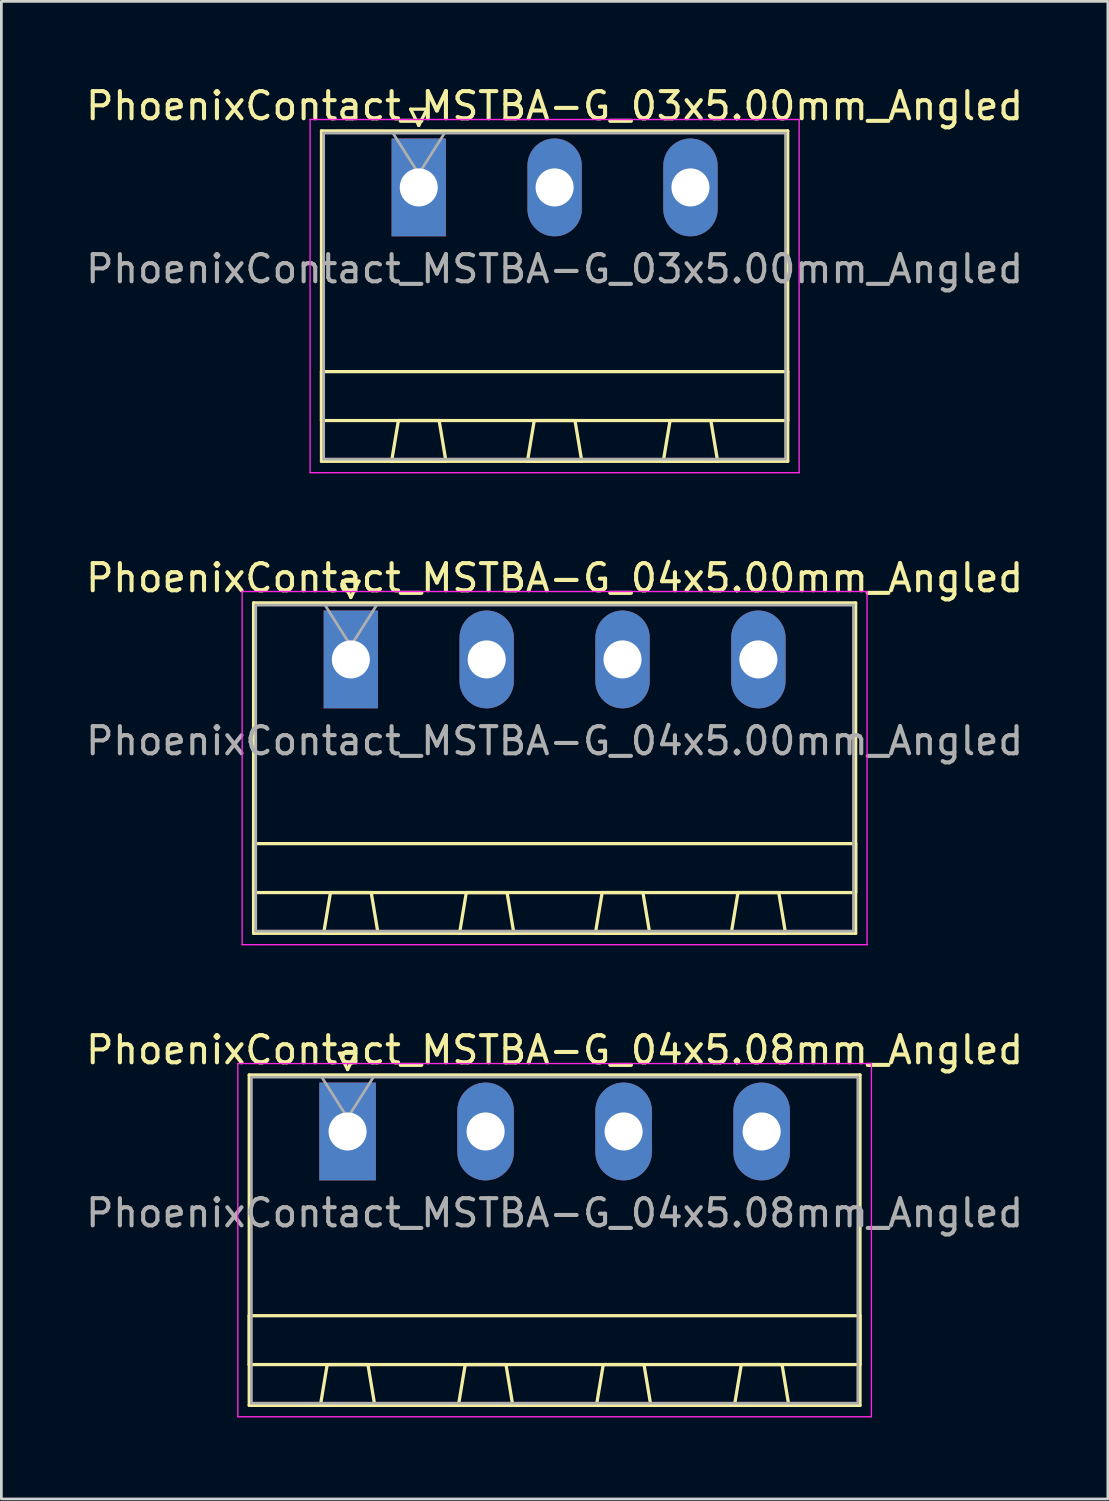
<source format=kicad_pcb>
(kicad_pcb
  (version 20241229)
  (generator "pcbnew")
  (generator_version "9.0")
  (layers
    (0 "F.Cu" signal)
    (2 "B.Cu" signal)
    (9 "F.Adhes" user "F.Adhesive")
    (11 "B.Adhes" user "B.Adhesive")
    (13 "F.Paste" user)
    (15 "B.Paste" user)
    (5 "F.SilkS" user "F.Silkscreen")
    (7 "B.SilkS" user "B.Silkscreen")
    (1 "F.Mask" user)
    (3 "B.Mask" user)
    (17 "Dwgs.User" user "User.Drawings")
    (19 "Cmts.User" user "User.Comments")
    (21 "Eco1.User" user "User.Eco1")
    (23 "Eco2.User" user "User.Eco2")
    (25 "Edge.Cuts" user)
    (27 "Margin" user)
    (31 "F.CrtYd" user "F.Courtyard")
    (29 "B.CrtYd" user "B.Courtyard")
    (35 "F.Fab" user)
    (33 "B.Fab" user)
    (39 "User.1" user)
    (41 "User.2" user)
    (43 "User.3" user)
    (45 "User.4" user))
  (footprint "PhoenixContact_MSTBA-G_03x5.00mm_Angled"
    (layer "F.Cu")
    (at 12.363 3.848)
    (property "Reference" "PhoenixContact_MSTBA-G_03x5.00mm_Angled" (at 5 -3 0) (layer "F.SilkS") (effects (font (size 1 1) (thickness 0.15))))
    (attr through_hole)
    (fp_line (start -3.58 -2.08) (end -3.58 10.08) (stroke (width 0.12) (type solid)) (layer "F.SilkS"))
    (fp_line (start -3.58 6.78) (end 13.58 6.78) (stroke (width 0.12) (type solid)) (layer "F.SilkS"))
    (fp_line (start -3.58 8.58) (end -3.58 6.78) (stroke (width 0.12) (type solid)) (layer "F.SilkS"))
    (fp_line (start -3.58 10.08) (end 13.58 10.08) (stroke (width 0.12) (type solid)) (layer "F.SilkS"))
    (fp_line (start -1 10.08) (end 1 10.08) (stroke (width 0.12) (type solid)) (layer "F.SilkS"))
    (fp_line (start -0.75 8.58) (end -1 10.08) (stroke (width 0.12) (type solid)) (layer "F.SilkS"))
    (fp_line (start -0.3 -2.88) (end 0.3 -2.88) (stroke (width 0.12) (type solid)) (layer "F.SilkS"))
    (fp_line (start 0 -2.28) (end -0.3 -2.88) (stroke (width 0.12) (type solid)) (layer "F.SilkS"))
    (fp_line (start 0.3 -2.88) (end 0 -2.28) (stroke (width 0.12) (type solid)) (layer "F.SilkS"))
    (fp_line (start 0.75 8.58) (end -0.75 8.58) (stroke (width 0.12) (type solid)) (layer "F.SilkS"))
    (fp_line (start 1 10.08) (end 0.75 8.58) (stroke (width 0.12) (type solid)) (layer "F.SilkS"))
    (fp_line (start 4 10.08) (end 6 10.08) (stroke (width 0.12) (type solid)) (layer "F.SilkS"))
    (fp_line (start 4.25 8.58) (end 4 10.08) (stroke (width 0.12) (type solid)) (layer "F.SilkS"))
    (fp_line (start 5.75 8.58) (end 4.25 8.58) (stroke (width 0.12) (type solid)) (layer "F.SilkS"))
    (fp_line (start 6 10.08) (end 5.75 8.58) (stroke (width 0.12) (type solid)) (layer "F.SilkS"))
    (fp_line (start 9 10.08) (end 11 10.08) (stroke (width 0.12) (type solid)) (layer "F.SilkS"))
    (fp_line (start 9.25 8.58) (end 9 10.08) (stroke (width 0.12) (type solid)) (layer "F.SilkS"))
    (fp_line (start 10.75 8.58) (end 9.25 8.58) (stroke (width 0.12) (type solid)) (layer "F.SilkS"))
    (fp_line (start 11 10.08) (end 10.75 8.58) (stroke (width 0.12) (type solid)) (layer "F.SilkS"))
    (fp_line (start 13.58 -2.08) (end -3.58 -2.08) (stroke (width 0.12) (type solid)) (layer "F.SilkS"))
    (fp_line (start 13.58 6.78) (end 13.58 8.58) (stroke (width 0.12) (type solid)) (layer "F.SilkS"))
    (fp_line (start 13.58 8.58) (end -3.58 8.58) (stroke (width 0.12) (type solid)) (layer "F.SilkS"))
    (fp_line (start 13.58 10.08) (end 13.58 -2.08) (stroke (width 0.12) (type solid)) (layer "F.SilkS"))
    (fp_line (start -4 -2.5) (end -4 10.5) (stroke (width 0.05) (type solid)) (layer "F.CrtYd"))
    (fp_line (start -4 10.5) (end 14 10.5) (stroke (width 0.05) (type solid)) (layer "F.CrtYd"))
    (fp_line (start 14 -2.5) (end -4 -2.5) (stroke (width 0.05) (type solid)) (layer "F.CrtYd"))
    (fp_line (start 14 10.5) (end 14 -2.5) (stroke (width 0.05) (type solid)) (layer "F.CrtYd"))
    (fp_line (start -3.5 -2) (end -3.5 10) (stroke (width 0.1) (type solid)) (layer "F.Fab"))
    (fp_line (start -3.5 10) (end 13.5 10) (stroke (width 0.1) (type solid)) (layer "F.Fab"))
    (fp_line (start 0 -0.5) (end -0.95 -2) (stroke (width 0.1) (type solid)) (layer "F.Fab"))
    (fp_line (start 0.95 -2) (end 0 -0.5) (stroke (width 0.1) (type solid)) (layer "F.Fab"))
    (fp_line (start 13.5 -2) (end -3.5 -2) (stroke (width 0.1) (type solid)) (layer "F.Fab"))
    (fp_line (start 13.5 10) (end 13.5 -2) (stroke (width 0.1) (type solid)) (layer "F.Fab"))
    (fp_text user "${REFERENCE}" (at 5 3 0) (layer "F.Fab") (effects (font (size 1 1) (thickness 0.15))))
    (pad "1" thru_hole rect (at 0 0) (size 2 3.6) (drill 1.4) (layers "*.Cu" "*.Mask"))
    (pad "2" thru_hole oval (at 5 0) (size 2 3.6) (drill 1.4) (layers "*.Cu" "*.Mask"))
    (pad "3" thru_hole oval (at 10 0) (size 2 3.6) (drill 1.4) (layers "*.Cu" "*.Mask")))
  (footprint "PhoenixContact_MSTBA-G_04x5.08mm_Angled"
    (layer "F.Cu")
    (at 9.743 38.595)
    (property "Reference" "PhoenixContact_MSTBA-G_04x5.08mm_Angled" (at 7.62 -3 0) (layer "F.SilkS") (effects (font (size 1 1) (thickness 0.15))))
    (attr through_hole)
    (fp_line (start -3.62 -2.08) (end -3.62 10.08) (stroke (width 0.12) (type solid)) (layer "F.SilkS"))
    (fp_line (start -3.62 6.78) (end 18.86 6.78) (stroke (width 0.12) (type solid)) (layer "F.SilkS"))
    (fp_line (start -3.62 8.58) (end -3.62 6.78) (stroke (width 0.12) (type solid)) (layer "F.SilkS"))
    (fp_line (start -3.62 10.08) (end 18.86 10.08) (stroke (width 0.12) (type solid)) (layer "F.SilkS"))
    (fp_line (start -1 10.08) (end 1 10.08) (stroke (width 0.12) (type solid)) (layer "F.SilkS"))
    (fp_line (start -0.75 8.58) (end -1 10.08) (stroke (width 0.12) (type solid)) (layer "F.SilkS"))
    (fp_line (start -0.3 -2.88) (end 0.3 -2.88) (stroke (width 0.12) (type solid)) (layer "F.SilkS"))
    (fp_line (start 0 -2.28) (end -0.3 -2.88) (stroke (width 0.12) (type solid)) (layer "F.SilkS"))
    (fp_line (start 0.3 -2.88) (end 0 -2.28) (stroke (width 0.12) (type solid)) (layer "F.SilkS"))
    (fp_line (start 0.75 8.58) (end -0.75 8.58) (stroke (width 0.12) (type solid)) (layer "F.SilkS"))
    (fp_line (start 1 10.08) (end 0.75 8.58) (stroke (width 0.12) (type solid)) (layer "F.SilkS"))
    (fp_line (start 4.08 10.08) (end 6.08 10.08) (stroke (width 0.12) (type solid)) (layer "F.SilkS"))
    (fp_line (start 4.33 8.58) (end 4.08 10.08) (stroke (width 0.12) (type solid)) (layer "F.SilkS"))
    (fp_line (start 5.83 8.58) (end 4.33 8.58) (stroke (width 0.12) (type solid)) (layer "F.SilkS"))
    (fp_line (start 6.08 10.08) (end 5.83 8.58) (stroke (width 0.12) (type solid)) (layer "F.SilkS"))
    (fp_line (start 9.16 10.08) (end 11.16 10.08) (stroke (width 0.12) (type solid)) (layer "F.SilkS"))
    (fp_line (start 9.41 8.58) (end 9.16 10.08) (stroke (width 0.12) (type solid)) (layer "F.SilkS"))
    (fp_line (start 10.91 8.58) (end 9.41 8.58) (stroke (width 0.12) (type solid)) (layer "F.SilkS"))
    (fp_line (start 11.16 10.08) (end 10.91 8.58) (stroke (width 0.12) (type solid)) (layer "F.SilkS"))
    (fp_line (start 14.24 10.08) (end 16.24 10.08) (stroke (width 0.12) (type solid)) (layer "F.SilkS"))
    (fp_line (start 14.49 8.58) (end 14.24 10.08) (stroke (width 0.12) (type solid)) (layer "F.SilkS"))
    (fp_line (start 15.99 8.58) (end 14.49 8.58) (stroke (width 0.12) (type solid)) (layer "F.SilkS"))
    (fp_line (start 16.24 10.08) (end 15.99 8.58) (stroke (width 0.12) (type solid)) (layer "F.SilkS"))
    (fp_line (start 18.86 -2.08) (end -3.62 -2.08) (stroke (width 0.12) (type solid)) (layer "F.SilkS"))
    (fp_line (start 18.86 6.78) (end 18.86 8.58) (stroke (width 0.12) (type solid)) (layer "F.SilkS"))
    (fp_line (start 18.86 8.58) (end -3.62 8.58) (stroke (width 0.12) (type solid)) (layer "F.SilkS"))
    (fp_line (start 18.86 10.08) (end 18.86 -2.08) (stroke (width 0.12) (type solid)) (layer "F.SilkS"))
    (fp_line (start -4.04 -2.5) (end -4.04 10.5) (stroke (width 0.05) (type solid)) (layer "F.CrtYd"))
    (fp_line (start -4.04 10.5) (end 19.28 10.5) (stroke (width 0.05) (type solid)) (layer "F.CrtYd"))
    (fp_line (start 19.28 -2.5) (end -4.04 -2.5) (stroke (width 0.05) (type solid)) (layer "F.CrtYd"))
    (fp_line (start 19.28 10.5) (end 19.28 -2.5) (stroke (width 0.05) (type solid)) (layer "F.CrtYd"))
    (fp_line (start -3.54 -2) (end -3.54 10) (stroke (width 0.1) (type solid)) (layer "F.Fab"))
    (fp_line (start -3.54 10) (end 18.78 10) (stroke (width 0.1) (type solid)) (layer "F.Fab"))
    (fp_line (start 0 -0.5) (end -0.95 -2) (stroke (width 0.1) (type solid)) (layer "F.Fab"))
    (fp_line (start 0.95 -2) (end 0 -0.5) (stroke (width 0.1) (type solid)) (layer "F.Fab"))
    (fp_line (start 18.78 -2) (end -3.54 -2) (stroke (width 0.1) (type solid)) (layer "F.Fab"))
    (fp_line (start 18.78 10) (end 18.78 -2) (stroke (width 0.1) (type solid)) (layer "F.Fab"))
    (fp_text user "${REFERENCE}" (at 7.62 3 0) (layer "F.Fab") (effects (font (size 1 1) (thickness 0.15))))
    (pad "1" thru_hole rect (at 0 0) (size 2.08 3.6) (drill 1.4) (layers "*.Cu" "*.Mask"))
    (pad "2" thru_hole oval (at 5.08 0) (size 2.08 3.6) (drill 1.4) (layers "*.Cu" "*.Mask"))
    (pad "3" thru_hole oval (at 10.16 0) (size 2.08 3.6) (drill 1.4) (layers "*.Cu" "*.Mask"))
    (pad "4" thru_hole oval (at 15.24 0) (size 2.08 3.6) (drill 1.4) (layers "*.Cu" "*.Mask")))
  (footprint "PhoenixContact_MSTBA-G_04x5.00mm_Angled"
    (layer "F.Cu")
    (at 9.863 21.221)
    (property "Reference" "PhoenixContact_MSTBA-G_04x5.00mm_Angled" (at 7.5 -3 0) (layer "F.SilkS") (effects (font (size 1 1) (thickness 0.15))))
    (attr through_hole)
    (fp_line (start -3.58 -2.08) (end -3.58 10.08) (stroke (width 0.12) (type solid)) (layer "F.SilkS"))
    (fp_line (start -3.58 6.78) (end 18.58 6.78) (stroke (width 0.12) (type solid)) (layer "F.SilkS"))
    (fp_line (start -3.58 8.58) (end -3.58 6.78) (stroke (width 0.12) (type solid)) (layer "F.SilkS"))
    (fp_line (start -3.58 10.08) (end 18.58 10.08) (stroke (width 0.12) (type solid)) (layer "F.SilkS"))
    (fp_line (start -1 10.08) (end 1 10.08) (stroke (width 0.12) (type solid)) (layer "F.SilkS"))
    (fp_line (start -0.75 8.58) (end -1 10.08) (stroke (width 0.12) (type solid)) (layer "F.SilkS"))
    (fp_line (start -0.3 -2.88) (end 0.3 -2.88) (stroke (width 0.12) (type solid)) (layer "F.SilkS"))
    (fp_line (start 0 -2.28) (end -0.3 -2.88) (stroke (width 0.12) (type solid)) (layer "F.SilkS"))
    (fp_line (start 0.3 -2.88) (end 0 -2.28) (stroke (width 0.12) (type solid)) (layer "F.SilkS"))
    (fp_line (start 0.75 8.58) (end -0.75 8.58) (stroke (width 0.12) (type solid)) (layer "F.SilkS"))
    (fp_line (start 1 10.08) (end 0.75 8.58) (stroke (width 0.12) (type solid)) (layer "F.SilkS"))
    (fp_line (start 4 10.08) (end 6 10.08) (stroke (width 0.12) (type solid)) (layer "F.SilkS"))
    (fp_line (start 4.25 8.58) (end 4 10.08) (stroke (width 0.12) (type solid)) (layer "F.SilkS"))
    (fp_line (start 5.75 8.58) (end 4.25 8.58) (stroke (width 0.12) (type solid)) (layer "F.SilkS"))
    (fp_line (start 6 10.08) (end 5.75 8.58) (stroke (width 0.12) (type solid)) (layer "F.SilkS"))
    (fp_line (start 9 10.08) (end 11 10.08) (stroke (width 0.12) (type solid)) (layer "F.SilkS"))
    (fp_line (start 9.25 8.58) (end 9 10.08) (stroke (width 0.12) (type solid)) (layer "F.SilkS"))
    (fp_line (start 10.75 8.58) (end 9.25 8.58) (stroke (width 0.12) (type solid)) (layer "F.SilkS"))
    (fp_line (start 11 10.08) (end 10.75 8.58) (stroke (width 0.12) (type solid)) (layer "F.SilkS"))
    (fp_line (start 14 10.08) (end 16 10.08) (stroke (width 0.12) (type solid)) (layer "F.SilkS"))
    (fp_line (start 14.25 8.58) (end 14 10.08) (stroke (width 0.12) (type solid)) (layer "F.SilkS"))
    (fp_line (start 15.75 8.58) (end 14.25 8.58) (stroke (width 0.12) (type solid)) (layer "F.SilkS"))
    (fp_line (start 16 10.08) (end 15.75 8.58) (stroke (width 0.12) (type solid)) (layer "F.SilkS"))
    (fp_line (start 18.58 -2.08) (end -3.58 -2.08) (stroke (width 0.12) (type solid)) (layer "F.SilkS"))
    (fp_line (start 18.58 6.78) (end 18.58 8.58) (stroke (width 0.12) (type solid)) (layer "F.SilkS"))
    (fp_line (start 18.58 8.58) (end -3.58 8.58) (stroke (width 0.12) (type solid)) (layer "F.SilkS"))
    (fp_line (start 18.58 10.08) (end 18.58 -2.08) (stroke (width 0.12) (type solid)) (layer "F.SilkS"))
    (fp_line (start -4 -2.5) (end -4 10.5) (stroke (width 0.05) (type solid)) (layer "F.CrtYd"))
    (fp_line (start -4 10.5) (end 19 10.5) (stroke (width 0.05) (type solid)) (layer "F.CrtYd"))
    (fp_line (start 19 -2.5) (end -4 -2.5) (stroke (width 0.05) (type solid)) (layer "F.CrtYd"))
    (fp_line (start 19 10.5) (end 19 -2.5) (stroke (width 0.05) (type solid)) (layer "F.CrtYd"))
    (fp_line (start -3.5 -2) (end -3.5 10) (stroke (width 0.1) (type solid)) (layer "F.Fab"))
    (fp_line (start -3.5 10) (end 18.5 10) (stroke (width 0.1) (type solid)) (layer "F.Fab"))
    (fp_line (start 0 -0.5) (end -0.95 -2) (stroke (width 0.1) (type solid)) (layer "F.Fab"))
    (fp_line (start 0.95 -2) (end 0 -0.5) (stroke (width 0.1) (type solid)) (layer "F.Fab"))
    (fp_line (start 18.5 -2) (end -3.5 -2) (stroke (width 0.1) (type solid)) (layer "F.Fab"))
    (fp_line (start 18.5 10) (end 18.5 -2) (stroke (width 0.1) (type solid)) (layer "F.Fab"))
    (fp_text user "${REFERENCE}" (at 7.5 3 0) (layer "F.Fab") (effects (font (size 1 1) (thickness 0.15))))
    (pad "1" thru_hole rect (at 0 0) (size 2 3.6) (drill 1.4) (layers "*.Cu" "*.Mask"))
    (pad "2" thru_hole oval (at 5 0) (size 2 3.6) (drill 1.4) (layers "*.Cu" "*.Mask"))
    (pad "3" thru_hole oval (at 10 0) (size 2 3.6) (drill 1.4) (layers "*.Cu" "*.Mask"))
    (pad "4" thru_hole oval (at 15 0) (size 2 3.6) (drill 1.4) (layers "*.Cu" "*.Mask")))
  (gr_rect
    (start -3 -3)
    (end 37.726 52.12)
    (stroke (width 0.1) (type default))
    (fill no)
    (layer "Edge.Cuts")))
</source>
